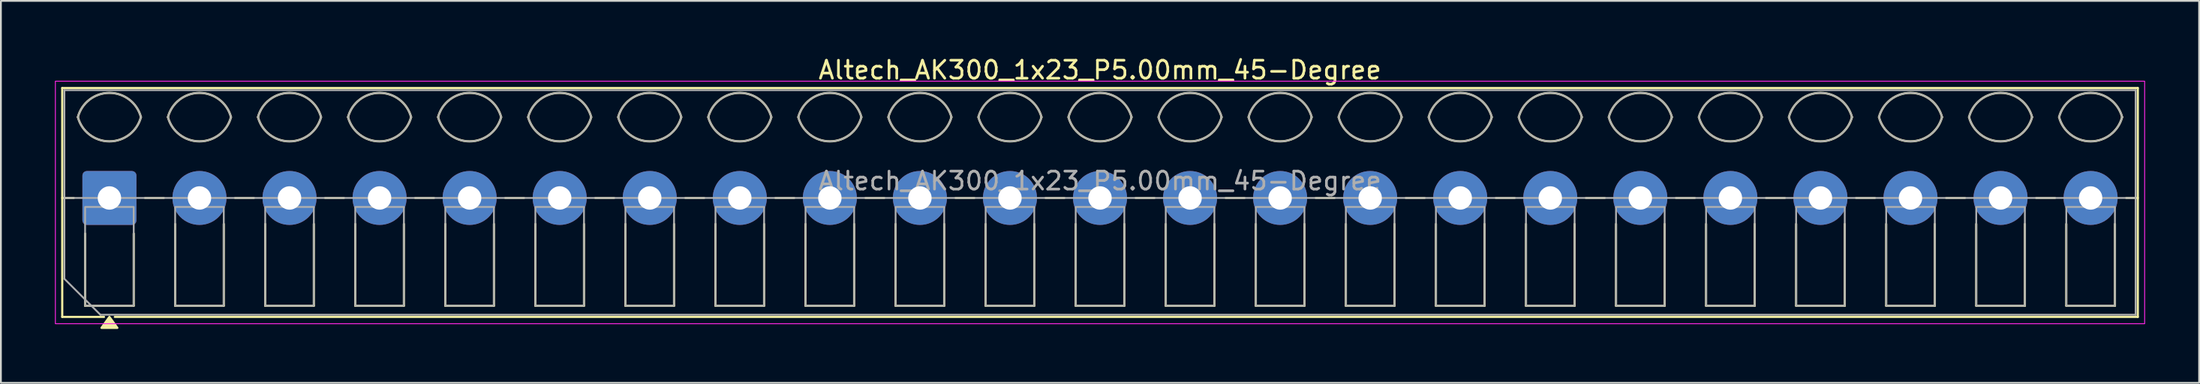
<source format=kicad_pcb>
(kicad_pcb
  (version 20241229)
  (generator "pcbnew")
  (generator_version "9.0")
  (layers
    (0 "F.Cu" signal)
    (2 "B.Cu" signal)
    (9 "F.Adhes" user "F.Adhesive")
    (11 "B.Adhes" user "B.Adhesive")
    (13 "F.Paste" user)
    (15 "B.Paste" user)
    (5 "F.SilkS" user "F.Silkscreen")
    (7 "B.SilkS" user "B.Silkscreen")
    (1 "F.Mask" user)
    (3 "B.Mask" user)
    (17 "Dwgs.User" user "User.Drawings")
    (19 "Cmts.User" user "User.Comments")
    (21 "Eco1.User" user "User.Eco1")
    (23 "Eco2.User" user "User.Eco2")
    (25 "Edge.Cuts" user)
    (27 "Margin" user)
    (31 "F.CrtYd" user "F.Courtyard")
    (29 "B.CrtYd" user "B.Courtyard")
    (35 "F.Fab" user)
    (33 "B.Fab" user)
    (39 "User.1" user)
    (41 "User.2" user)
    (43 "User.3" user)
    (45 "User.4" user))
  (footprint "Altech_AK300_1x23_P5.00mm_45-Degree"
    (layer "F.Cu")
    (at 3.025 7.968)
    (property "Reference" "Altech_AK300_1x23_P5.00mm_45-Degree" (at 55 -7.12 0) (layer "F.SilkS") (effects (font (size 1 1) (thickness 0.15))))
    (attr through_hole)
    (fp_line (start -2.62 -6.12) (end 112.62 -6.12) (stroke (width 0.12) (type solid)) (layer "F.SilkS"))
    (fp_line (start -2.62 0) (end -1.98 0) (stroke (width 0.12) (type solid)) (layer "F.SilkS"))
    (fp_line (start -2.62 6.62) (end -2.62 -6.12) (stroke (width 0.12) (type solid)) (layer "F.SilkS"))
    (fp_line (start -1.35 6) (end -1.35 1.98) (stroke (width 0.12) (type solid)) (layer "F.SilkS"))
    (fp_line (start -0.3 6.62) (end -2.62 6.62) (stroke (width 0.12) (type solid)) (layer "F.SilkS"))
    (fp_line (start 1.35 1.98) (end 1.35 6) (stroke (width 0.12) (type solid)) (layer "F.SilkS"))
    (fp_line (start 1.35 6) (end -1.35 6) (stroke (width 0.12) (type solid)) (layer "F.SilkS"))
    (fp_line (start 1.98 0) (end 3.02 0) (stroke (width 0.12) (type solid)) (layer "F.SilkS"))
    (fp_line (start 3.65 6) (end 3.65 1.448) (stroke (width 0.12) (type solid)) (layer "F.SilkS"))
    (fp_line (start 6.35 1.448) (end 6.35 6) (stroke (width 0.12) (type solid)) (layer "F.SilkS"))
    (fp_line (start 6.35 6) (end 3.65 6) (stroke (width 0.12) (type solid)) (layer "F.SilkS"))
    (fp_line (start 6.98 0) (end 8.02 0) (stroke (width 0.12) (type solid)) (layer "F.SilkS"))
    (fp_line (start 8.65 6) (end 8.65 1.448) (stroke (width 0.12) (type solid)) (layer "F.SilkS"))
    (fp_line (start 11.35 1.448) (end 11.35 6) (stroke (width 0.12) (type solid)) (layer "F.SilkS"))
    (fp_line (start 11.35 6) (end 8.65 6) (stroke (width 0.12) (type solid)) (layer "F.SilkS"))
    (fp_line (start 11.98 0) (end 13.02 0) (stroke (width 0.12) (type solid)) (layer "F.SilkS"))
    (fp_line (start 13.65 6) (end 13.65 1.448) (stroke (width 0.12) (type solid)) (layer "F.SilkS"))
    (fp_line (start 16.35 1.448) (end 16.35 6) (stroke (width 0.12) (type solid)) (layer "F.SilkS"))
    (fp_line (start 16.35 6) (end 13.65 6) (stroke (width 0.12) (type solid)) (layer "F.SilkS"))
    (fp_line (start 16.98 0) (end 18.02 0) (stroke (width 0.12) (type solid)) (layer "F.SilkS"))
    (fp_line (start 18.65 6) (end 18.65 1.448) (stroke (width 0.12) (type solid)) (layer "F.SilkS"))
    (fp_line (start 21.35 1.448) (end 21.35 6) (stroke (width 0.12) (type solid)) (layer "F.SilkS"))
    (fp_line (start 21.35 6) (end 18.65 6) (stroke (width 0.12) (type solid)) (layer "F.SilkS"))
    (fp_line (start 21.98 0) (end 23.02 0) (stroke (width 0.12) (type solid)) (layer "F.SilkS"))
    (fp_line (start 23.65 6) (end 23.65 1.448) (stroke (width 0.12) (type solid)) (layer "F.SilkS"))
    (fp_line (start 26.35 1.448) (end 26.35 6) (stroke (width 0.12) (type solid)) (layer "F.SilkS"))
    (fp_line (start 26.35 6) (end 23.65 6) (stroke (width 0.12) (type solid)) (layer "F.SilkS"))
    (fp_line (start 26.98 0) (end 28.02 0) (stroke (width 0.12) (type solid)) (layer "F.SilkS"))
    (fp_line (start 28.65 6) (end 28.65 1.448) (stroke (width 0.12) (type solid)) (layer "F.SilkS"))
    (fp_line (start 31.35 1.448) (end 31.35 6) (stroke (width 0.12) (type solid)) (layer "F.SilkS"))
    (fp_line (start 31.35 6) (end 28.65 6) (stroke (width 0.12) (type solid)) (layer "F.SilkS"))
    (fp_line (start 31.98 0) (end 33.02 0) (stroke (width 0.12) (type solid)) (layer "F.SilkS"))
    (fp_line (start 33.65 6) (end 33.65 1.448) (stroke (width 0.12) (type solid)) (layer "F.SilkS"))
    (fp_line (start 36.35 1.448) (end 36.35 6) (stroke (width 0.12) (type solid)) (layer "F.SilkS"))
    (fp_line (start 36.35 6) (end 33.65 6) (stroke (width 0.12) (type solid)) (layer "F.SilkS"))
    (fp_line (start 36.98 0) (end 38.02 0) (stroke (width 0.12) (type solid)) (layer "F.SilkS"))
    (fp_line (start 38.65 6) (end 38.65 1.448) (stroke (width 0.12) (type solid)) (layer "F.SilkS"))
    (fp_line (start 41.35 1.448) (end 41.35 6) (stroke (width 0.12) (type solid)) (layer "F.SilkS"))
    (fp_line (start 41.35 6) (end 38.65 6) (stroke (width 0.12) (type solid)) (layer "F.SilkS"))
    (fp_line (start 41.98 0) (end 43.02 0) (stroke (width 0.12) (type solid)) (layer "F.SilkS"))
    (fp_line (start 43.65 6) (end 43.65 1.448) (stroke (width 0.12) (type solid)) (layer "F.SilkS"))
    (fp_line (start 46.35 1.448) (end 46.35 6) (stroke (width 0.12) (type solid)) (layer "F.SilkS"))
    (fp_line (start 46.35 6) (end 43.65 6) (stroke (width 0.12) (type solid)) (layer "F.SilkS"))
    (fp_line (start 46.98 0) (end 48.02 0) (stroke (width 0.12) (type solid)) (layer "F.SilkS"))
    (fp_line (start 48.65 6) (end 48.65 1.448) (stroke (width 0.12) (type solid)) (layer "F.SilkS"))
    (fp_line (start 51.35 1.448) (end 51.35 6) (stroke (width 0.12) (type solid)) (layer "F.SilkS"))
    (fp_line (start 51.35 6) (end 48.65 6) (stroke (width 0.12) (type solid)) (layer "F.SilkS"))
    (fp_line (start 51.98 0) (end 53.02 0) (stroke (width 0.12) (type solid)) (layer "F.SilkS"))
    (fp_line (start 53.65 6) (end 53.65 1.448) (stroke (width 0.12) (type solid)) (layer "F.SilkS"))
    (fp_line (start 56.35 1.448) (end 56.35 6) (stroke (width 0.12) (type solid)) (layer "F.SilkS"))
    (fp_line (start 56.35 6) (end 53.65 6) (stroke (width 0.12) (type solid)) (layer "F.SilkS"))
    (fp_line (start 56.98 0) (end 58.02 0) (stroke (width 0.12) (type solid)) (layer "F.SilkS"))
    (fp_line (start 58.65 6) (end 58.65 1.448) (stroke (width 0.12) (type solid)) (layer "F.SilkS"))
    (fp_line (start 61.35 1.448) (end 61.35 6) (stroke (width 0.12) (type solid)) (layer "F.SilkS"))
    (fp_line (start 61.35 6) (end 58.65 6) (stroke (width 0.12) (type solid)) (layer "F.SilkS"))
    (fp_line (start 61.98 0) (end 63.02 0) (stroke (width 0.12) (type solid)) (layer "F.SilkS"))
    (fp_line (start 63.65 6) (end 63.65 1.448) (stroke (width 0.12) (type solid)) (layer "F.SilkS"))
    (fp_line (start 66.35 1.448) (end 66.35 6) (stroke (width 0.12) (type solid)) (layer "F.SilkS"))
    (fp_line (start 66.35 6) (end 63.65 6) (stroke (width 0.12) (type solid)) (layer "F.SilkS"))
    (fp_line (start 66.98 0) (end 68.02 0) (stroke (width 0.12) (type solid)) (layer "F.SilkS"))
    (fp_line (start 68.65 6) (end 68.65 1.448) (stroke (width 0.12) (type solid)) (layer "F.SilkS"))
    (fp_line (start 71.35 1.448) (end 71.35 6) (stroke (width 0.12) (type solid)) (layer "F.SilkS"))
    (fp_line (start 71.35 6) (end 68.65 6) (stroke (width 0.12) (type solid)) (layer "F.SilkS"))
    (fp_line (start 71.98 0) (end 73.02 0) (stroke (width 0.12) (type solid)) (layer "F.SilkS"))
    (fp_line (start 73.65 6) (end 73.65 1.448) (stroke (width 0.12) (type solid)) (layer "F.SilkS"))
    (fp_line (start 76.35 1.448) (end 76.35 6) (stroke (width 0.12) (type solid)) (layer "F.SilkS"))
    (fp_line (start 76.35 6) (end 73.65 6) (stroke (width 0.12) (type solid)) (layer "F.SilkS"))
    (fp_line (start 76.98 0) (end 78.02 0) (stroke (width 0.12) (type solid)) (layer "F.SilkS"))
    (fp_line (start 78.65 6) (end 78.65 1.448) (stroke (width 0.12) (type solid)) (layer "F.SilkS"))
    (fp_line (start 81.35 1.448) (end 81.35 6) (stroke (width 0.12) (type solid)) (layer "F.SilkS"))
    (fp_line (start 81.35 6) (end 78.65 6) (stroke (width 0.12) (type solid)) (layer "F.SilkS"))
    (fp_line (start 81.98 0) (end 83.02 0) (stroke (width 0.12) (type solid)) (layer "F.SilkS"))
    (fp_line (start 83.65 6) (end 83.65 1.448) (stroke (width 0.12) (type solid)) (layer "F.SilkS"))
    (fp_line (start 86.35 1.448) (end 86.35 6) (stroke (width 0.12) (type solid)) (layer "F.SilkS"))
    (fp_line (start 86.35 6) (end 83.65 6) (stroke (width 0.12) (type solid)) (layer "F.SilkS"))
    (fp_line (start 86.98 0) (end 88.02 0) (stroke (width 0.12) (type solid)) (layer "F.SilkS"))
    (fp_line (start 88.65 6) (end 88.65 1.448) (stroke (width 0.12) (type solid)) (layer "F.SilkS"))
    (fp_line (start 91.35 1.448) (end 91.35 6) (stroke (width 0.12) (type solid)) (layer "F.SilkS"))
    (fp_line (start 91.35 6) (end 88.65 6) (stroke (width 0.12) (type solid)) (layer "F.SilkS"))
    (fp_line (start 91.98 0) (end 93.02 0) (stroke (width 0.12) (type solid)) (layer "F.SilkS"))
    (fp_line (start 93.65 6) (end 93.65 1.448) (stroke (width 0.12) (type solid)) (layer "F.SilkS"))
    (fp_line (start 96.35 1.448) (end 96.35 6) (stroke (width 0.12) (type solid)) (layer "F.SilkS"))
    (fp_line (start 96.35 6) (end 93.65 6) (stroke (width 0.12) (type solid)) (layer "F.SilkS"))
    (fp_line (start 96.98 0) (end 98.02 0) (stroke (width 0.12) (type solid)) (layer "F.SilkS"))
    (fp_line (start 98.65 6) (end 98.65 1.448) (stroke (width 0.12) (type solid)) (layer "F.SilkS"))
    (fp_line (start 101.35 1.448) (end 101.35 6) (stroke (width 0.12) (type solid)) (layer "F.SilkS"))
    (fp_line (start 101.35 6) (end 98.65 6) (stroke (width 0.12) (type solid)) (layer "F.SilkS"))
    (fp_line (start 101.98 0) (end 103.02 0) (stroke (width 0.12) (type solid)) (layer "F.SilkS"))
    (fp_line (start 103.65 6) (end 103.65 1.448) (stroke (width 0.12) (type solid)) (layer "F.SilkS"))
    (fp_line (start 106.35 1.448) (end 106.35 6) (stroke (width 0.12) (type solid)) (layer "F.SilkS"))
    (fp_line (start 106.35 6) (end 103.65 6) (stroke (width 0.12) (type solid)) (layer "F.SilkS"))
    (fp_line (start 106.98 0) (end 108.02 0) (stroke (width 0.12) (type solid)) (layer "F.SilkS"))
    (fp_line (start 108.65 6) (end 108.65 1.448) (stroke (width 0.12) (type solid)) (layer "F.SilkS"))
    (fp_line (start 111.35 1.448) (end 111.35 6) (stroke (width 0.12) (type solid)) (layer "F.SilkS"))
    (fp_line (start 111.35 6) (end 108.65 6) (stroke (width 0.12) (type solid)) (layer "F.SilkS"))
    (fp_line (start 111.98 0) (end 112.62 0) (stroke (width 0.12) (type solid)) (layer "F.SilkS"))
    (fp_line (start 112.62 -6.12) (end 112.62 6.62) (stroke (width 0.12) (type solid)) (layer "F.SilkS"))
    (fp_line (start 112.62 6.62) (end 0.3 6.62) (stroke (width 0.12) (type solid)) (layer "F.SilkS"))
    (fp_arc (start -1.75 -4.5) (mid 0 -5.85) (end 1.75 -4.5) (stroke (width 0.12) (type solid)) (layer "F.SilkS"))
    (fp_arc (start 1.75 -4.5) (mid 0 -3.15) (end -1.75 -4.5) (stroke (width 0.12) (type solid)) (layer "F.SilkS"))
    (fp_arc (start 3.25 -4.5) (mid 5 -5.85) (end 6.75 -4.5) (stroke (width 0.12) (type solid)) (layer "F.SilkS"))
    (fp_arc (start 6.75 -4.5) (mid 5 -3.15) (end 3.25 -4.5) (stroke (width 0.12) (type solid)) (layer "F.SilkS"))
    (fp_arc (start 8.25 -4.5) (mid 10 -5.85) (end 11.75 -4.5) (stroke (width 0.12) (type solid)) (layer "F.SilkS"))
    (fp_arc (start 11.75 -4.5) (mid 10 -3.15) (end 8.25 -4.5) (stroke (width 0.12) (type solid)) (layer "F.SilkS"))
    (fp_arc (start 13.25 -4.5) (mid 15 -5.85) (end 16.75 -4.5) (stroke (width 0.12) (type solid)) (layer "F.SilkS"))
    (fp_arc (start 16.75 -4.5) (mid 15 -3.15) (end 13.25 -4.5) (stroke (width 0.12) (type solid)) (layer "F.SilkS"))
    (fp_arc (start 18.25 -4.5) (mid 20 -5.85) (end 21.75 -4.5) (stroke (width 0.12) (type solid)) (layer "F.SilkS"))
    (fp_arc (start 21.75 -4.5) (mid 20 -3.15) (end 18.25 -4.5) (stroke (width 0.12) (type solid)) (layer "F.SilkS"))
    (fp_arc (start 23.25 -4.5) (mid 25 -5.85) (end 26.75 -4.5) (stroke (width 0.12) (type solid)) (layer "F.SilkS"))
    (fp_arc (start 26.75 -4.5) (mid 25 -3.15) (end 23.25 -4.5) (stroke (width 0.12) (type solid)) (layer "F.SilkS"))
    (fp_arc (start 28.25 -4.5) (mid 30 -5.85) (end 31.75 -4.5) (stroke (width 0.12) (type solid)) (layer "F.SilkS"))
    (fp_arc (start 31.75 -4.5) (mid 30 -3.15) (end 28.25 -4.5) (stroke (width 0.12) (type solid)) (layer "F.SilkS"))
    (fp_arc (start 33.25 -4.5) (mid 35 -5.85) (end 36.75 -4.5) (stroke (width 0.12) (type solid)) (layer "F.SilkS"))
    (fp_arc (start 36.75 -4.5) (mid 35 -3.15) (end 33.25 -4.5) (stroke (width 0.12) (type solid)) (layer "F.SilkS"))
    (fp_arc (start 38.25 -4.5) (mid 40 -5.85) (end 41.75 -4.5) (stroke (width 0.12) (type solid)) (layer "F.SilkS"))
    (fp_arc (start 41.75 -4.5) (mid 40 -3.15) (end 38.25 -4.5) (stroke (width 0.12) (type solid)) (layer "F.SilkS"))
    (fp_arc (start 43.25 -4.5) (mid 45 -5.85) (end 46.75 -4.5) (stroke (width 0.12) (type solid)) (layer "F.SilkS"))
    (fp_arc (start 46.75 -4.5) (mid 45 -3.15) (end 43.25 -4.5) (stroke (width 0.12) (type solid)) (layer "F.SilkS"))
    (fp_arc (start 48.25 -4.5) (mid 50 -5.85) (end 51.75 -4.5) (stroke (width 0.12) (type solid)) (layer "F.SilkS"))
    (fp_arc (start 51.75 -4.5) (mid 50 -3.15) (end 48.25 -4.5) (stroke (width 0.12) (type solid)) (layer "F.SilkS"))
    (fp_arc (start 53.25 -4.5) (mid 55 -5.85) (end 56.75 -4.5) (stroke (width 0.12) (type solid)) (layer "F.SilkS"))
    (fp_arc (start 56.75 -4.5) (mid 55 -3.15) (end 53.25 -4.5) (stroke (width 0.12) (type solid)) (layer "F.SilkS"))
    (fp_arc (start 58.25 -4.5) (mid 60 -5.85) (end 61.75 -4.5) (stroke (width 0.12) (type solid)) (layer "F.SilkS"))
    (fp_arc (start 61.75 -4.5) (mid 60 -3.15) (end 58.25 -4.5) (stroke (width 0.12) (type solid)) (layer "F.SilkS"))
    (fp_arc (start 63.25 -4.5) (mid 65 -5.85) (end 66.75 -4.5) (stroke (width 0.12) (type solid)) (layer "F.SilkS"))
    (fp_arc (start 66.75 -4.5) (mid 65 -3.15) (end 63.25 -4.5) (stroke (width 0.12) (type solid)) (layer "F.SilkS"))
    (fp_arc (start 68.25 -4.5) (mid 70 -5.85) (end 71.75 -4.5) (stroke (width 0.12) (type solid)) (layer "F.SilkS"))
    (fp_arc (start 71.75 -4.5) (mid 70 -3.15) (end 68.25 -4.5) (stroke (width 0.12) (type solid)) (layer "F.SilkS"))
    (fp_arc (start 73.25 -4.5) (mid 75 -5.85) (end 76.75 -4.5) (stroke (width 0.12) (type solid)) (layer "F.SilkS"))
    (fp_arc (start 76.75 -4.5) (mid 75 -3.15) (end 73.25 -4.5) (stroke (width 0.12) (type solid)) (layer "F.SilkS"))
    (fp_arc (start 78.25 -4.5) (mid 80 -5.85) (end 81.75 -4.5) (stroke (width 0.12) (type solid)) (layer "F.SilkS"))
    (fp_arc (start 81.75 -4.5) (mid 80 -3.15) (end 78.25 -4.5) (stroke (width 0.12) (type solid)) (layer "F.SilkS"))
    (fp_arc (start 83.25 -4.5) (mid 85 -5.85) (end 86.75 -4.5) (stroke (width 0.12) (type solid)) (layer "F.SilkS"))
    (fp_arc (start 86.75 -4.5) (mid 85 -3.15) (end 83.25 -4.5) (stroke (width 0.12) (type solid)) (layer "F.SilkS"))
    (fp_arc (start 88.25 -4.5) (mid 90 -5.85) (end 91.75 -4.5) (stroke (width 0.12) (type solid)) (layer "F.SilkS"))
    (fp_arc (start 91.75 -4.5) (mid 90 -3.15) (end 88.25 -4.5) (stroke (width 0.12) (type solid)) (layer "F.SilkS"))
    (fp_arc (start 93.25 -4.5) (mid 95 -5.85) (end 96.75 -4.5) (stroke (width 0.12) (type solid)) (layer "F.SilkS"))
    (fp_arc (start 96.75 -4.5) (mid 95 -3.15) (end 93.25 -4.5) (stroke (width 0.12) (type solid)) (layer "F.SilkS"))
    (fp_arc (start 98.25 -4.5) (mid 100 -5.85) (end 101.75 -4.5) (stroke (width 0.12) (type solid)) (layer "F.SilkS"))
    (fp_arc (start 101.75 -4.5) (mid 100 -3.15) (end 98.25 -4.5) (stroke (width 0.12) (type solid)) (layer "F.SilkS"))
    (fp_arc (start 103.25 -4.5) (mid 105 -5.85) (end 106.75 -4.5) (stroke (width 0.12) (type solid)) (layer "F.SilkS"))
    (fp_arc (start 106.75 -4.5) (mid 105 -3.15) (end 103.25 -4.5) (stroke (width 0.12) (type solid)) (layer "F.SilkS"))
    (fp_arc (start 108.25 -4.5) (mid 110 -5.85) (end 111.75 -4.5) (stroke (width 0.12) (type solid)) (layer "F.SilkS"))
    (fp_arc (start 111.75 -4.5) (mid 110 -3.15) (end 108.25 -4.5) (stroke (width 0.12) (type solid)) (layer "F.SilkS"))
    (fp_poly (pts (xy 0 6.62) (xy 0.44 7.23) (xy -0.44 7.23)) (stroke (width 0.12) (type solid)) (fill yes) (layer "F.SilkS"))
    (fp_rect (start -3 -6.5) (end 113 7) (stroke (width 0.05) (type solid)) (fill no) (layer "F.CrtYd"))
    (fp_line (start -2.5 -6) (end 112.5 -6) (stroke (width 0.1) (type solid)) (layer "F.Fab"))
    (fp_line (start -2.5 0) (end 112.5 0) (stroke (width 0.1) (type solid)) (layer "F.Fab"))
    (fp_line (start -2.5 4.5) (end -2.5 -6) (stroke (width 0.1) (type solid)) (layer "F.Fab"))
    (fp_line (start -0.5 6.5) (end -2.5 4.5) (stroke (width 0.1) (type solid)) (layer "F.Fab"))
    (fp_line (start 112.5 -6) (end 112.5 6.5) (stroke (width 0.1) (type solid)) (layer "F.Fab"))
    (fp_line (start 112.5 6.5) (end -0.5 6.5) (stroke (width 0.1) (type solid)) (layer "F.Fab"))
    (fp_rect (start -1.35 0.5) (end 1.35 6) (stroke (width 0.1) (type solid)) (fill no) (layer "F.Fab"))
    (fp_rect (start 3.65 0.5) (end 6.35 6) (stroke (width 0.1) (type solid)) (fill no) (layer "F.Fab"))
    (fp_rect (start 8.65 0.5) (end 11.351 6) (stroke (width 0.1) (type solid)) (fill no) (layer "F.Fab"))
    (fp_rect (start 13.65 0.5) (end 16.351 6) (stroke (width 0.1) (type solid)) (fill no) (layer "F.Fab"))
    (fp_rect (start 18.65 0.5) (end 21.35 6) (stroke (width 0.1) (type solid)) (fill no) (layer "F.Fab"))
    (fp_rect (start 23.65 0.5) (end 26.35 6) (stroke (width 0.1) (type solid)) (fill no) (layer "F.Fab"))
    (fp_rect (start 28.65 0.5) (end 31.35 6) (stroke (width 0.1) (type solid)) (fill no) (layer "F.Fab"))
    (fp_rect (start 33.65 0.5) (end 36.35 6) (stroke (width 0.1) (type solid)) (fill no) (layer "F.Fab"))
    (fp_rect (start 38.65 0.5) (end 41.35 6) (stroke (width 0.1) (type solid)) (fill no) (layer "F.Fab"))
    (fp_rect (start 43.65 0.5) (end 46.35 6) (stroke (width 0.1) (type solid)) (fill no) (layer "F.Fab"))
    (fp_rect (start 48.65 0.5) (end 51.35 6) (stroke (width 0.1) (type solid)) (fill no) (layer "F.Fab"))
    (fp_rect (start 53.65 0.5) (end 56.35 6) (stroke (width 0.1) (type solid)) (fill no) (layer "F.Fab"))
    (fp_rect (start 58.65 0.5) (end 61.35 6) (stroke (width 0.1) (type solid)) (fill no) (layer "F.Fab"))
    (fp_rect (start 63.65 0.5) (end 66.35 6) (stroke (width 0.1) (type solid)) (fill no) (layer "F.Fab"))
    (fp_rect (start 68.65 0.5) (end 71.35 6) (stroke (width 0.1) (type solid)) (fill no) (layer "F.Fab"))
    (fp_rect (start 73.65 0.5) (end 76.35 6) (stroke (width 0.1) (type solid)) (fill no) (layer "F.Fab"))
    (fp_rect (start 78.65 0.5) (end 81.35 6) (stroke (width 0.1) (type solid)) (fill no) (layer "F.Fab"))
    (fp_rect (start 83.65 0.5) (end 86.35 6) (stroke (width 0.1) (type solid)) (fill no) (layer "F.Fab"))
    (fp_rect (start 88.65 0.5) (end 91.35 6) (stroke (width 0.1) (type solid)) (fill no) (layer "F.Fab"))
    (fp_rect (start 93.65 0.5) (end 96.35 6) (stroke (width 0.1) (type solid)) (fill no) (layer "F.Fab"))
    (fp_rect (start 98.65 0.5) (end 101.35 6) (stroke (width 0.1) (type solid)) (fill no) (layer "F.Fab"))
    (fp_rect (start 103.65 0.5) (end 106.35 6) (stroke (width 0.1) (type solid)) (fill no) (layer "F.Fab"))
    (fp_rect (start 108.65 0.5) (end 111.35 6) (stroke (width 0.1) (type solid)) (fill no) (layer "F.Fab"))
    (fp_arc (start -1.75 -4.5) (mid 0 -5.85) (end 1.75 -4.5) (stroke (width 0.1) (type solid)) (layer "F.Fab"))
    (fp_arc (start 1.75 -4.5) (mid 0 -3.15) (end -1.75 -4.5) (stroke (width 0.1) (type solid)) (layer "F.Fab"))
    (fp_arc (start 3.25 -4.5) (mid 5 -5.85) (end 6.75 -4.5) (stroke (width 0.1) (type solid)) (layer "F.Fab"))
    (fp_arc (start 6.75 -4.5) (mid 5 -3.15) (end 3.25 -4.5) (stroke (width 0.1) (type solid)) (layer "F.Fab"))
    (fp_arc (start 8.25 -4.5) (mid 10 -5.85) (end 11.75 -4.5) (stroke (width 0.1) (type solid)) (layer "F.Fab"))
    (fp_arc (start 11.75 -4.5) (mid 10 -3.15) (end 8.25 -4.5) (stroke (width 0.1) (type solid)) (layer "F.Fab"))
    (fp_arc (start 13.25 -4.5) (mid 15 -5.85) (end 16.75 -4.5) (stroke (width 0.1) (type solid)) (layer "F.Fab"))
    (fp_arc (start 16.75 -4.5) (mid 15 -3.15) (end 13.25 -4.5) (stroke (width 0.1) (type solid)) (layer "F.Fab"))
    (fp_arc (start 18.25 -4.5) (mid 20 -5.85) (end 21.75 -4.5) (stroke (width 0.1) (type solid)) (layer "F.Fab"))
    (fp_arc (start 21.75 -4.5) (mid 20 -3.15) (end 18.25 -4.5) (stroke (width 0.1) (type solid)) (layer "F.Fab"))
    (fp_arc (start 23.25 -4.5) (mid 25 -5.85) (end 26.75 -4.5) (stroke (width 0.1) (type solid)) (layer "F.Fab"))
    (fp_arc (start 26.75 -4.5) (mid 25 -3.15) (end 23.25 -4.5) (stroke (width 0.1) (type solid)) (layer "F.Fab"))
    (fp_arc (start 28.25 -4.5) (mid 30 -5.85) (end 31.75 -4.5) (stroke (width 0.1) (type solid)) (layer "F.Fab"))
    (fp_arc (start 31.75 -4.5) (mid 30 -3.15) (end 28.25 -4.5) (stroke (width 0.1) (type solid)) (layer "F.Fab"))
    (fp_arc (start 33.25 -4.5) (mid 35 -5.85) (end 36.75 -4.5) (stroke (width 0.1) (type solid)) (layer "F.Fab"))
    (fp_arc (start 36.75 -4.5) (mid 35 -3.15) (end 33.25 -4.5) (stroke (width 0.1) (type solid)) (layer "F.Fab"))
    (fp_arc (start 38.25 -4.5) (mid 40 -5.85) (end 41.75 -4.5) (stroke (width 0.1) (type solid)) (layer "F.Fab"))
    (fp_arc (start 41.75 -4.5) (mid 40 -3.15) (end 38.25 -4.5) (stroke (width 0.1) (type solid)) (layer "F.Fab"))
    (fp_arc (start 43.25 -4.5) (mid 45 -5.85) (end 46.75 -4.5) (stroke (width 0.1) (type solid)) (layer "F.Fab"))
    (fp_arc (start 46.75 -4.5) (mid 45 -3.15) (end 43.25 -4.5) (stroke (width 0.1) (type solid)) (layer "F.Fab"))
    (fp_arc (start 48.25 -4.5) (mid 50 -5.85) (end 51.75 -4.5) (stroke (width 0.1) (type solid)) (layer "F.Fab"))
    (fp_arc (start 51.75 -4.5) (mid 50 -3.15) (end 48.25 -4.5) (stroke (width 0.1) (type solid)) (layer "F.Fab"))
    (fp_arc (start 53.25 -4.5) (mid 55 -5.85) (end 56.75 -4.5) (stroke (width 0.1) (type solid)) (layer "F.Fab"))
    (fp_arc (start 56.75 -4.5) (mid 55 -3.15) (end 53.25 -4.5) (stroke (width 0.1) (type solid)) (layer "F.Fab"))
    (fp_arc (start 58.25 -4.5) (mid 60 -5.85) (end 61.75 -4.5) (stroke (width 0.1) (type solid)) (layer "F.Fab"))
    (fp_arc (start 61.75 -4.5) (mid 60 -3.15) (end 58.25 -4.5) (stroke (width 0.1) (type solid)) (layer "F.Fab"))
    (fp_arc (start 63.25 -4.5) (mid 65 -5.85) (end 66.75 -4.5) (stroke (width 0.1) (type solid)) (layer "F.Fab"))
    (fp_arc (start 66.75 -4.5) (mid 65 -3.15) (end 63.25 -4.5) (stroke (width 0.1) (type solid)) (layer "F.Fab"))
    (fp_arc (start 68.25 -4.5) (mid 70 -5.85) (end 71.75 -4.5) (stroke (width 0.1) (type solid)) (layer "F.Fab"))
    (fp_arc (start 71.75 -4.5) (mid 70 -3.15) (end 68.25 -4.5) (stroke (width 0.1) (type solid)) (layer "F.Fab"))
    (fp_arc (start 73.25 -4.5) (mid 75 -5.85) (end 76.75 -4.5) (stroke (width 0.1) (type solid)) (layer "F.Fab"))
    (fp_arc (start 76.75 -4.5) (mid 75 -3.15) (end 73.25 -4.5) (stroke (width 0.1) (type solid)) (layer "F.Fab"))
    (fp_arc (start 78.25 -4.5) (mid 80 -5.85) (end 81.75 -4.5) (stroke (width 0.1) (type solid)) (layer "F.Fab"))
    (fp_arc (start 81.75 -4.5) (mid 80 -3.15) (end 78.25 -4.5) (stroke (width 0.1) (type solid)) (layer "F.Fab"))
    (fp_arc (start 83.25 -4.5) (mid 85 -5.85) (end 86.75 -4.5) (stroke (width 0.1) (type solid)) (layer "F.Fab"))
    (fp_arc (start 86.75 -4.5) (mid 85 -3.15) (end 83.25 -4.5) (stroke (width 0.1) (type solid)) (layer "F.Fab"))
    (fp_arc (start 88.25 -4.5) (mid 90 -5.85) (end 91.75 -4.5) (stroke (width 0.1) (type solid)) (layer "F.Fab"))
    (fp_arc (start 91.75 -4.5) (mid 90 -3.15) (end 88.25 -4.5) (stroke (width 0.1) (type solid)) (layer "F.Fab"))
    (fp_arc (start 93.25 -4.5) (mid 95 -5.85) (end 96.75 -4.5) (stroke (width 0.1) (type solid)) (layer "F.Fab"))
    (fp_arc (start 96.75 -4.5) (mid 95 -3.15) (end 93.25 -4.5) (stroke (width 0.1) (type solid)) (layer "F.Fab"))
    (fp_arc (start 98.25 -4.5) (mid 100 -5.85) (end 101.75 -4.5) (stroke (width 0.1) (type solid)) (layer "F.Fab"))
    (fp_arc (start 101.75 -4.5) (mid 100 -3.15) (end 98.25 -4.5) (stroke (width 0.1) (type solid)) (layer "F.Fab"))
    (fp_arc (start 103.25 -4.5) (mid 105 -5.85) (end 106.75 -4.5) (stroke (width 0.1) (type solid)) (layer "F.Fab"))
    (fp_arc (start 106.75 -4.5) (mid 105 -3.15) (end 103.25 -4.5) (stroke (width 0.1) (type solid)) (layer "F.Fab"))
    (fp_arc (start 108.25 -4.5) (mid 110 -5.85) (end 111.75 -4.5) (stroke (width 0.1) (type solid)) (layer "F.Fab"))
    (fp_arc (start 111.75 -4.5) (mid 110 -3.15) (end 108.25 -4.5) (stroke (width 0.1) (type solid)) (layer "F.Fab"))
    (fp_text user "${REFERENCE}" (at 55 -0.95 0) (layer "F.Fab") (effects (font (size 1 1) (thickness 0.15))))
    (pad "1" thru_hole roundrect (at 0 0) (size 3 3) (drill 1.3) (layers "*.Cu" "*.Mask") (roundrect_rratio 0.083))
    (pad "2" thru_hole circle (at 5 0) (size 3 3) (drill 1.3) (layers "*.Cu" "*.Mask"))
    (pad "3" thru_hole circle (at 10 0) (size 3 3) (drill 1.3) (layers "*.Cu" "*.Mask"))
    (pad "4" thru_hole circle (at 15 0) (size 3 3) (drill 1.3) (layers "*.Cu" "*.Mask"))
    (pad "5" thru_hole circle (at 20 0) (size 3 3) (drill 1.3) (layers "*.Cu" "*.Mask"))
    (pad "6" thru_hole circle (at 25 0) (size 3 3) (drill 1.3) (layers "*.Cu" "*.Mask"))
    (pad "7" thru_hole circle (at 30 0) (size 3 3) (drill 1.3) (layers "*.Cu" "*.Mask"))
    (pad "8" thru_hole circle (at 35 0) (size 3 3) (drill 1.3) (layers "*.Cu" "*.Mask"))
    (pad "9" thru_hole circle (at 40 0) (size 3 3) (drill 1.3) (layers "*.Cu" "*.Mask"))
    (pad "10" thru_hole circle (at 45 0) (size 3 3) (drill 1.3) (layers "*.Cu" "*.Mask"))
    (pad "11" thru_hole circle (at 50 0) (size 3 3) (drill 1.3) (layers "*.Cu" "*.Mask"))
    (pad "12" thru_hole circle (at 55 0) (size 3 3) (drill 1.3) (layers "*.Cu" "*.Mask"))
    (pad "13" thru_hole circle (at 60 0) (size 3 3) (drill 1.3) (layers "*.Cu" "*.Mask"))
    (pad "14" thru_hole circle (at 65 0) (size 3 3) (drill 1.3) (layers "*.Cu" "*.Mask"))
    (pad "15" thru_hole circle (at 70 0) (size 3 3) (drill 1.3) (layers "*.Cu" "*.Mask"))
    (pad "16" thru_hole circle (at 75 0) (size 3 3) (drill 1.3) (layers "*.Cu" "*.Mask"))
    (pad "17" thru_hole circle (at 80 0) (size 3 3) (drill 1.3) (layers "*.Cu" "*.Mask"))
    (pad "18" thru_hole circle (at 85 0) (size 3 3) (drill 1.3) (layers "*.Cu" "*.Mask"))
    (pad "19" thru_hole circle (at 90 0) (size 3 3) (drill 1.3) (layers "*.Cu" "*.Mask"))
    (pad "20" thru_hole circle (at 95 0) (size 3 3) (drill 1.3) (layers "*.Cu" "*.Mask"))
    (pad "21" thru_hole circle (at 100 0) (size 3 3) (drill 1.3) (layers "*.Cu" "*.Mask"))
    (pad "22" thru_hole circle (at 105 0) (size 3 3) (drill 1.3) (layers "*.Cu" "*.Mask"))
    (pad "23" thru_hole circle (at 110 0) (size 3 3) (drill 1.3) (layers "*.Cu" "*.Mask")))
  (gr_rect
    (start -3 -3)
    (end 119.05 18.258)
    (stroke (width 0.1) (type default))
    (fill no)
    (layer "Edge.Cuts")))
</source>
